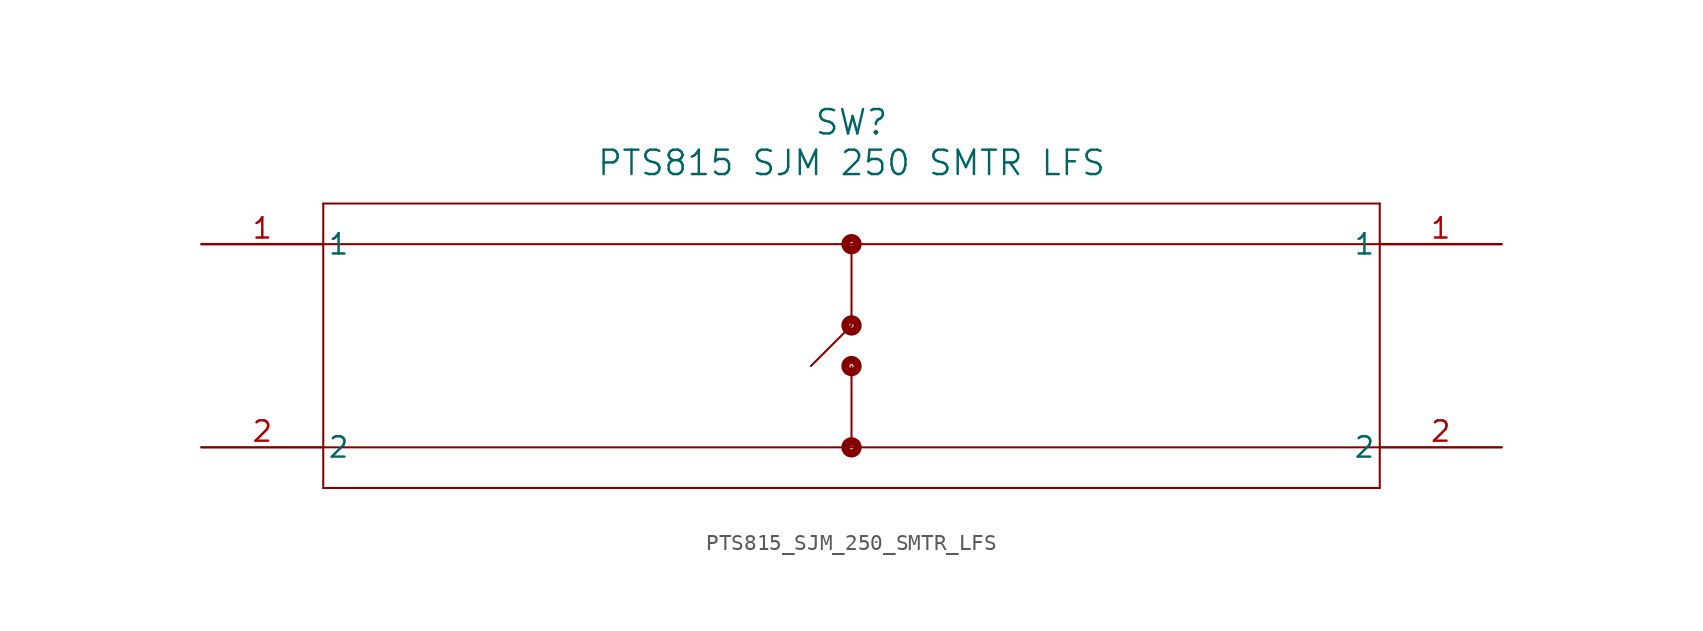
<source format=kicad_sym>
(kicad_symbol_lib
  (version 20220914)
  (generator kicad_symbol_editor)
  (symbol "PTS815_SJM_250_SMTR_LFS"
    (pin_names
      (offset 0.254))
    (property "Reference" "SW"
      (at 40.64 7.62 0)
      (effects (font (size 1.524 1.524))))
    (property "Value" "PTS815 SJM 250 SMTR LFS"
      (at 40.64 5.08 0)
      (effects (font (size 1.524 1.524))))
    (property "ki_locked" ""
      (at 0 0 0)
      (effects (font (size 1.27 1.27))))
    (symbol "PTS815_SJM_250_SMTR_LFS_0_1"
      (polyline (pts (xy 7.62 -15.24) (xy 73.66 -15.24)) (stroke (width 0.127) (type default)) (fill (type none)))
      (polyline (pts (xy 7.62 0) (xy 73.66 0)) (stroke (width 0.127) (type default)) (fill (type none)))
      (polyline (pts (xy 7.62 2.54) (xy 7.62 -15.24)) (stroke (width 0.127) (type default)) (fill (type none)))
      (polyline (pts (xy 38.1 -7.62) (xy 40.64 -5.08)) (stroke (width 0.127) (type default)) (fill (type none)))
      (polyline (pts (xy 40.64 -7.62) (xy 40.64 -12.7)) (stroke (width 0.127) (type default)) (fill (type none)))
      (polyline (pts (xy 40.64 -5.08) (xy 40.64 0)) (stroke (width 0.127) (type default)) (fill (type none)))
      (polyline (pts (xy 73.66 -15.24) (xy 73.66 2.54)) (stroke (width 0.127) (type default)) (fill (type none)))
      (polyline (pts (xy 73.66 -12.7) (xy 7.62 -12.7)) (stroke (width 0.127) (type default)) (fill (type none)))
      (polyline (pts (xy 73.66 2.54) (xy 7.62 2.54)) (stroke (width 0.127) (type default)) (fill (type none)))
      (circle (center 40.64 -12.7) (radius 0.127) (stroke (width 0.508) (type default)) (fill (type none)))
      (circle (center 40.64 -7.62) (radius 0.127) (stroke (width 0.508) (type default)) (fill (type none)))
      (circle (center 40.64 -5.08) (radius 0.127) (stroke (width 0.508) (type default)) (fill (type none)))
      (circle (center 40.64 0) (radius 0.127) (stroke (width 0.508) (type default)) (fill (type none)))
      (pin unspecified line (at 0 0 0) (length 7.62) (name "1" (effects (font (size 1.27 1.27)))) (number "1" (effects (font (size 1.27 1.27))))))
    (symbol "PTS815_SJM_250_SMTR_LFS_1_1"
      (pin unspecified line (at 81.28 0 180) (length 7.62) (name "1" (effects (font (size 1.27 1.27)))) (number "1" (effects (font (size 1.27 1.27)))))
      (pin unspecified line (at 0 -12.7 0) (length 7.62) (name "2" (effects (font (size 1.27 1.27)))) (number "2" (effects (font (size 1.27 1.27)))))
      (pin unspecified line (at 81.28 -12.7 180) (length 7.62) (name "2" (effects (font (size 1.27 1.27)))) (number "2" (effects (font (size 1.27 1.27))))))))
</source>
